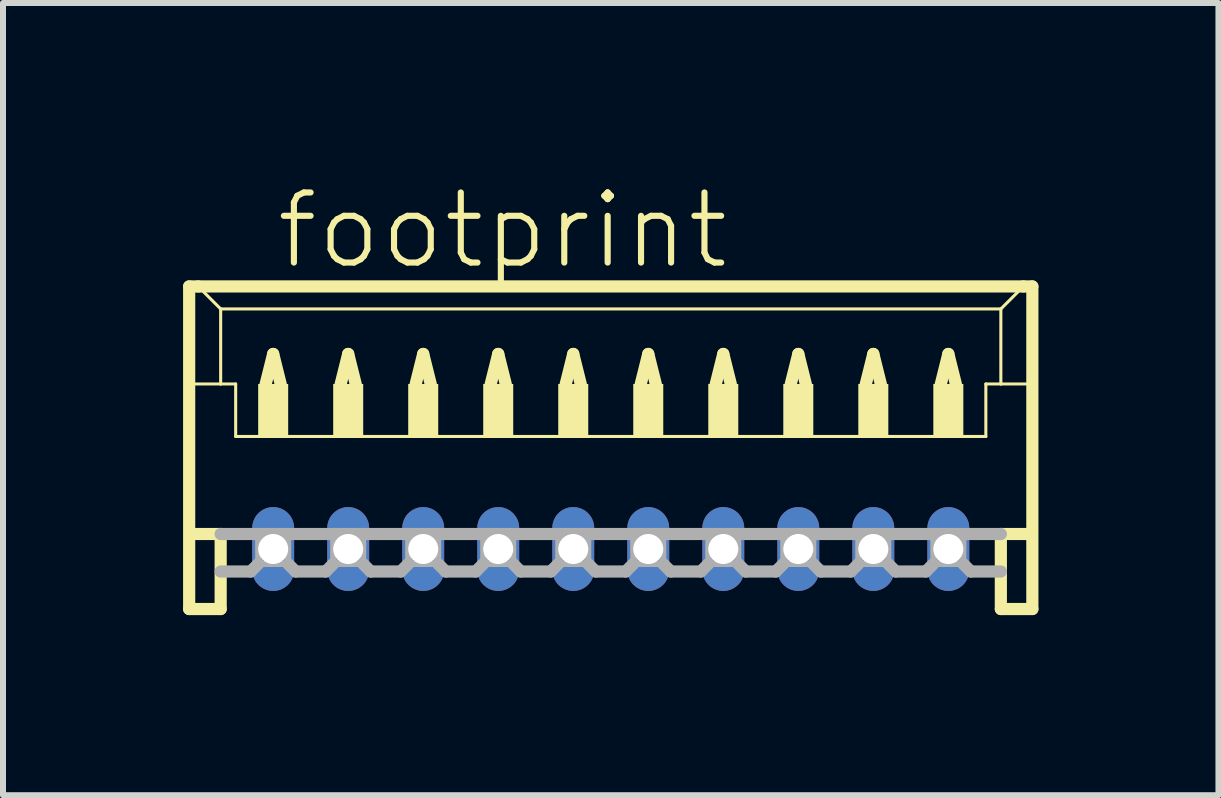
<source format=kicad_pcb>
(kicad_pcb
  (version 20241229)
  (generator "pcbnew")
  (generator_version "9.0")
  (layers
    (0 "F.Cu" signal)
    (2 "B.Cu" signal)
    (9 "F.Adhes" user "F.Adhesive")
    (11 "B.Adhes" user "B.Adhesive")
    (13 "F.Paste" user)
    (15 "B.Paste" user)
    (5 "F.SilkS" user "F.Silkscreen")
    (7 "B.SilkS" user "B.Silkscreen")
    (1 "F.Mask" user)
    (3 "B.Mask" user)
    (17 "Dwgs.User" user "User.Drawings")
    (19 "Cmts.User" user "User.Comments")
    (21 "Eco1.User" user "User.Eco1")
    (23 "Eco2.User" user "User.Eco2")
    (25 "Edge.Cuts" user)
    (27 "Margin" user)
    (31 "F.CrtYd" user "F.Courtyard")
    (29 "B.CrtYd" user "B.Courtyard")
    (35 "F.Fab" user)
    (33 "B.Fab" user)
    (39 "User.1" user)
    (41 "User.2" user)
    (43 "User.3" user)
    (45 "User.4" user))
  (footprint "footprint"
    (layer "F.Cu")
    (at 7.127 4.848)
    (property "Reference" "footprint" (at -5.625 -3.375 0) (layer "F.SilkS") (effects (font (size 1.168 1.168) (thickness 0.102)) (justify left bottom)))
    (fp_line (start -7.025 -3.125) (end -7.025 2.25) (stroke (width 0.203) (type solid)) (layer "F.SilkS"))
    (fp_line (start -7.025 2.25) (end -6.5 2.25) (stroke (width 0.203) (type solid)) (layer "F.SilkS"))
    (fp_line (start -7 -1.5) (end -6.5 -1.5) (stroke (width 0.051) (type solid)) (layer "F.SilkS"))
    (fp_line (start -7 1) (end -6.5 1) (stroke (width 0.203) (type solid)) (layer "F.SilkS"))
    (fp_line (start -6.875 -3.125) (end -7.025 -3.125) (stroke (width 0.203) (type solid)) (layer "F.SilkS"))
    (fp_line (start -6.5 -2.75) (end -6.875 -3.125) (stroke (width 0.051) (type solid)) (layer "F.SilkS"))
    (fp_line (start -6.5 -2.75) (end 6.5 -2.75) (stroke (width 0.051) (type solid)) (layer "F.SilkS"))
    (fp_line (start -6.5 -1.5) (end -6.5 -2.75) (stroke (width 0.051) (type solid)) (layer "F.SilkS"))
    (fp_line (start -6.5 -1.5) (end -6.25 -1.5) (stroke (width 0.051) (type solid)) (layer "F.SilkS"))
    (fp_line (start -6.5 1) (end -6.5 2.25) (stroke (width 0.203) (type solid)) (layer "F.SilkS"))
    (fp_line (start -6.25 -1.5) (end -6.25 -0.625) (stroke (width 0.051) (type solid)) (layer "F.SilkS"))
    (fp_line (start -6.25 -0.625) (end 6.25 -0.625) (stroke (width 0.051) (type solid)) (layer "F.SilkS"))
    (fp_line (start -5.75 -1.5) (end -5.625 -2) (stroke (width 0.203) (type solid)) (layer "F.SilkS"))
    (fp_line (start -5.625 -2) (end -5.5 -1.5) (stroke (width 0.203) (type solid)) (layer "F.SilkS"))
    (fp_line (start -4.5 -1.5) (end -4.375 -2) (stroke (width 0.203) (type solid)) (layer "F.SilkS"))
    (fp_line (start -4.375 -2) (end -4.25 -1.5) (stroke (width 0.203) (type solid)) (layer "F.SilkS"))
    (fp_line (start -3.25 -1.5) (end -3.125 -2) (stroke (width 0.203) (type solid)) (layer "F.SilkS"))
    (fp_line (start -3.125 -2) (end -3 -1.5) (stroke (width 0.203) (type solid)) (layer "F.SilkS"))
    (fp_line (start -2 -1.5) (end -1.875 -2) (stroke (width 0.203) (type solid)) (layer "F.SilkS"))
    (fp_line (start -1.875 -2) (end -1.75 -1.5) (stroke (width 0.203) (type solid)) (layer "F.SilkS"))
    (fp_line (start -0.75 -1.5) (end -0.625 -2) (stroke (width 0.203) (type solid)) (layer "F.SilkS"))
    (fp_line (start -0.625 -2) (end -0.5 -1.5) (stroke (width 0.203) (type solid)) (layer "F.SilkS"))
    (fp_line (start 0.5 -1.5) (end 0.625 -2) (stroke (width 0.203) (type solid)) (layer "F.SilkS"))
    (fp_line (start 0.625 -2) (end 0.75 -1.5) (stroke (width 0.203) (type solid)) (layer "F.SilkS"))
    (fp_line (start 1.75 -1.5) (end 1.875 -2) (stroke (width 0.203) (type solid)) (layer "F.SilkS"))
    (fp_line (start 1.875 -2) (end 2 -1.5) (stroke (width 0.203) (type solid)) (layer "F.SilkS"))
    (fp_line (start 3 -1.5) (end 3.125 -2) (stroke (width 0.203) (type solid)) (layer "F.SilkS"))
    (fp_line (start 3.125 -2) (end 3.25 -1.5) (stroke (width 0.203) (type solid)) (layer "F.SilkS"))
    (fp_line (start 4.25 -1.5) (end 4.375 -2) (stroke (width 0.203) (type solid)) (layer "F.SilkS"))
    (fp_line (start 4.375 -2) (end 4.5 -1.5) (stroke (width 0.203) (type solid)) (layer "F.SilkS"))
    (fp_line (start 5.5 -1.5) (end 5.625 -2) (stroke (width 0.203) (type solid)) (layer "F.SilkS"))
    (fp_line (start 5.625 -2) (end 5.75 -1.5) (stroke (width 0.203) (type solid)) (layer "F.SilkS"))
    (fp_line (start 6.25 -1.5) (end 6.25 -0.625) (stroke (width 0.051) (type solid)) (layer "F.SilkS"))
    (fp_line (start 6.25 -1.5) (end 6.5 -1.5) (stroke (width 0.051) (type solid)) (layer "F.SilkS"))
    (fp_line (start 6.5 -2.75) (end 6.5 -1.5) (stroke (width 0.051) (type solid)) (layer "F.SilkS"))
    (fp_line (start 6.5 -2.75) (end 6.875 -3.125) (stroke (width 0.051) (type solid)) (layer "F.SilkS"))
    (fp_line (start 6.5 -1.5) (end 7 -1.5) (stroke (width 0.051) (type solid)) (layer "F.SilkS"))
    (fp_line (start 6.5 1) (end 6.5 2.25) (stroke (width 0.203) (type solid)) (layer "F.SilkS"))
    (fp_line (start 6.5 1) (end 7 1) (stroke (width 0.203) (type solid)) (layer "F.SilkS"))
    (fp_line (start 6.5 2.25) (end 7.025 2.25) (stroke (width 0.203) (type solid)) (layer "F.SilkS"))
    (fp_line (start 6.875 -3.125) (end -6.875 -3.125) (stroke (width 0.203) (type solid)) (layer "F.SilkS"))
    (fp_line (start 7.025 -3.125) (end 6.875 -3.125) (stroke (width 0.203) (type solid)) (layer "F.SilkS"))
    (fp_line (start 7.025 2.25) (end 7.025 -3.125) (stroke (width 0.203) (type solid)) (layer "F.SilkS"))
    (fp_poly (pts (xy -5.875 -0.625) (xy -5.375 -0.625) (xy -5.375 -1.5) (xy -5.875 -1.5)) (stroke (width 0) (type solid)) (fill yes) (layer "F.SilkS"))
    (fp_poly (pts (xy -4.625 -0.625) (xy -4.125 -0.625) (xy -4.125 -1.5) (xy -4.625 -1.5)) (stroke (width 0) (type solid)) (fill yes) (layer "F.SilkS"))
    (fp_poly (pts (xy -3.375 -0.625) (xy -2.875 -0.625) (xy -2.875 -1.5) (xy -3.375 -1.5)) (stroke (width 0) (type solid)) (fill yes) (layer "F.SilkS"))
    (fp_poly (pts (xy -2.125 -0.625) (xy -1.625 -0.625) (xy -1.625 -1.5) (xy -2.125 -1.5)) (stroke (width 0) (type solid)) (fill yes) (layer "F.SilkS"))
    (fp_poly (pts (xy -0.875 -0.625) (xy -0.375 -0.625) (xy -0.375 -1.5) (xy -0.875 -1.5)) (stroke (width 0) (type solid)) (fill yes) (layer "F.SilkS"))
    (fp_poly (pts (xy 0.375 -0.625) (xy 0.875 -0.625) (xy 0.875 -1.5) (xy 0.375 -1.5)) (stroke (width 0) (type solid)) (fill yes) (layer "F.SilkS"))
    (fp_poly (pts (xy 1.625 -0.625) (xy 2.125 -0.625) (xy 2.125 -1.5) (xy 1.625 -1.5)) (stroke (width 0) (type solid)) (fill yes) (layer "F.SilkS"))
    (fp_poly (pts (xy 2.875 -0.625) (xy 3.375 -0.625) (xy 3.375 -1.5) (xy 2.875 -1.5)) (stroke (width 0) (type solid)) (fill yes) (layer "F.SilkS"))
    (fp_poly (pts (xy 4.125 -0.625) (xy 4.625 -0.625) (xy 4.625 -1.5) (xy 4.125 -1.5)) (stroke (width 0) (type solid)) (fill yes) (layer "F.SilkS"))
    (fp_poly (pts (xy 5.375 -0.625) (xy 5.875 -0.625) (xy 5.875 -1.5) (xy 5.375 -1.5)) (stroke (width 0) (type solid)) (fill yes) (layer "F.SilkS"))
    (fp_line (start -6.5 1) (end 6.5 1) (stroke (width 0.203) (type solid)) (layer "F.Fab"))
    (fp_line (start -6 1.625) (end -6.5 1.625) (stroke (width 0.203) (type solid)) (layer "F.Fab"))
    (fp_line (start -5.875 1.5) (end -6 1.625) (stroke (width 0.203) (type solid)) (layer "F.Fab"))
    (fp_line (start -5.375 1.5) (end -5.25 1.625) (stroke (width 0.203) (type solid)) (layer "F.Fab"))
    (fp_line (start -4.75 1.625) (end -5.25 1.625) (stroke (width 0.203) (type solid)) (layer "F.Fab"))
    (fp_line (start -4.625 1.5) (end -4.75 1.625) (stroke (width 0.203) (type solid)) (layer "F.Fab"))
    (fp_line (start -4.125 1.5) (end -4 1.625) (stroke (width 0.203) (type solid)) (layer "F.Fab"))
    (fp_line (start -3.5 1.625) (end -4 1.625) (stroke (width 0.203) (type solid)) (layer "F.Fab"))
    (fp_line (start -3.375 1.5) (end -3.5 1.625) (stroke (width 0.203) (type solid)) (layer "F.Fab"))
    (fp_line (start -2.875 1.5) (end -2.75 1.625) (stroke (width 0.203) (type solid)) (layer "F.Fab"))
    (fp_line (start -2.25 1.625) (end -2.75 1.625) (stroke (width 0.203) (type solid)) (layer "F.Fab"))
    (fp_line (start -2.125 1.5) (end -2.25 1.625) (stroke (width 0.203) (type solid)) (layer "F.Fab"))
    (fp_line (start -1.625 1.5) (end -1.5 1.625) (stroke (width 0.203) (type solid)) (layer "F.Fab"))
    (fp_line (start -1 1.625) (end -1.5 1.625) (stroke (width 0.203) (type solid)) (layer "F.Fab"))
    (fp_line (start -0.875 1.5) (end -1 1.625) (stroke (width 0.203) (type solid)) (layer "F.Fab"))
    (fp_line (start -0.375 1.5) (end -0.25 1.625) (stroke (width 0.203) (type solid)) (layer "F.Fab"))
    (fp_line (start 0.25 1.625) (end -0.25 1.625) (stroke (width 0.203) (type solid)) (layer "F.Fab"))
    (fp_line (start 0.375 1.5) (end 0.25 1.625) (stroke (width 0.203) (type solid)) (layer "F.Fab"))
    (fp_line (start 0.875 1.5) (end 1 1.625) (stroke (width 0.203) (type solid)) (layer "F.Fab"))
    (fp_line (start 1.5 1.625) (end 1 1.625) (stroke (width 0.203) (type solid)) (layer "F.Fab"))
    (fp_line (start 1.625 1.5) (end 1.5 1.625) (stroke (width 0.203) (type solid)) (layer "F.Fab"))
    (fp_line (start 2.125 1.5) (end 2.25 1.625) (stroke (width 0.203) (type solid)) (layer "F.Fab"))
    (fp_line (start 2.75 1.625) (end 2.25 1.625) (stroke (width 0.203) (type solid)) (layer "F.Fab"))
    (fp_line (start 2.875 1.5) (end 2.75 1.625) (stroke (width 0.203) (type solid)) (layer "F.Fab"))
    (fp_line (start 3.375 1.5) (end 3.5 1.625) (stroke (width 0.203) (type solid)) (layer "F.Fab"))
    (fp_line (start 4 1.625) (end 3.5 1.625) (stroke (width 0.203) (type solid)) (layer "F.Fab"))
    (fp_line (start 4.125 1.5) (end 4 1.625) (stroke (width 0.203) (type solid)) (layer "F.Fab"))
    (fp_line (start 4.625 1.5) (end 4.75 1.625) (stroke (width 0.203) (type solid)) (layer "F.Fab"))
    (fp_line (start 5.25 1.625) (end 4.75 1.625) (stroke (width 0.203) (type solid)) (layer "F.Fab"))
    (fp_line (start 5.375 1.5) (end 5.25 1.625) (stroke (width 0.203) (type solid)) (layer "F.Fab"))
    (fp_line (start 5.875 1.5) (end 6 1.625) (stroke (width 0.203) (type solid)) (layer "F.Fab"))
    (fp_line (start 6.5 1.625) (end 6 1.625) (stroke (width 0.203) (type solid)) (layer "F.Fab"))
    (fp_poly (pts (xy -5.875 1.5) (xy -5.375 1.5) (xy -5.375 1) (xy -5.875 1)) (stroke (width 0.1) (type solid)) (fill no) (layer "F.Fab"))
    (fp_poly (pts (xy -4.625 1.5) (xy -4.125 1.5) (xy -4.125 1) (xy -4.625 1)) (stroke (width 0.1) (type solid)) (fill no) (layer "F.Fab"))
    (fp_poly (pts (xy -3.375 1.5) (xy -2.875 1.5) (xy -2.875 1) (xy -3.375 1)) (stroke (width 0.1) (type solid)) (fill no) (layer "F.Fab"))
    (fp_poly (pts (xy -2.125 1.5) (xy -1.625 1.5) (xy -1.625 1) (xy -2.125 1)) (stroke (width 0.1) (type solid)) (fill no) (layer "F.Fab"))
    (fp_poly (pts (xy -0.875 1.5) (xy -0.375 1.5) (xy -0.375 1) (xy -0.875 1)) (stroke (width 0.1) (type solid)) (fill no) (layer "F.Fab"))
    (fp_poly (pts (xy 0.375 1.5) (xy 0.875 1.5) (xy 0.875 1) (xy 0.375 1)) (stroke (width 0.1) (type solid)) (fill no) (layer "F.Fab"))
    (fp_poly (pts (xy 1.625 1.5) (xy 2.125 1.5) (xy 2.125 1) (xy 1.625 1)) (stroke (width 0.1) (type solid)) (fill no) (layer "F.Fab"))
    (fp_poly (pts (xy 2.875 1.5) (xy 3.375 1.5) (xy 3.375 1) (xy 2.875 1)) (stroke (width 0.1) (type solid)) (fill no) (layer "F.Fab"))
    (fp_poly (pts (xy 4.125 1.5) (xy 4.625 1.5) (xy 4.625 1) (xy 4.125 1)) (stroke (width 0.1) (type solid)) (fill no) (layer "F.Fab"))
    (fp_poly (pts (xy 5.375 1.5) (xy 5.875 1.5) (xy 5.875 1) (xy 5.375 1)) (stroke (width 0.1) (type solid)) (fill no) (layer "F.Fab"))
    (pad "1" thru_hole oval (at 5.625 1.25 90) (size 1.397 0.698) (drill 0.5) (layers "*.Cu" "*.Mask"))
    (pad "2" thru_hole oval (at 4.375 1.25 90) (size 1.397 0.698) (drill 0.5) (layers "*.Cu" "*.Mask"))
    (pad "3" thru_hole oval (at 3.125 1.25 90) (size 1.397 0.698) (drill 0.5) (layers "*.Cu" "*.Mask"))
    (pad "4" thru_hole oval (at 1.875 1.25 90) (size 1.397 0.698) (drill 0.5) (layers "*.Cu" "*.Mask"))
    (pad "5" thru_hole oval (at 0.625 1.25 90) (size 1.397 0.698) (drill 0.5) (layers "*.Cu" "*.Mask"))
    (pad "6" thru_hole oval (at -0.625 1.25 90) (size 1.397 0.698) (drill 0.5) (layers "*.Cu" "*.Mask"))
    (pad "7" thru_hole oval (at -1.875 1.25 90) (size 1.397 0.698) (drill 0.5) (layers "*.Cu" "*.Mask"))
    (pad "8" thru_hole oval (at -3.125 1.25 90) (size 1.397 0.698) (drill 0.5) (layers "*.Cu" "*.Mask"))
    (pad "9" thru_hole oval (at -4.375 1.25 90) (size 1.397 0.698) (drill 0.5) (layers "*.Cu" "*.Mask"))
    (pad "10" thru_hole oval (at -5.625 1.25 90) (size 1.397 0.698) (drill 0.5) (layers "*.Cu" "*.Mask")))
  (gr_rect
    (start -3 -3)
    (end 17.253 10.2)
    (stroke (width 0.1) (type default))
    (fill no)
    (layer "Edge.Cuts")))
</source>
